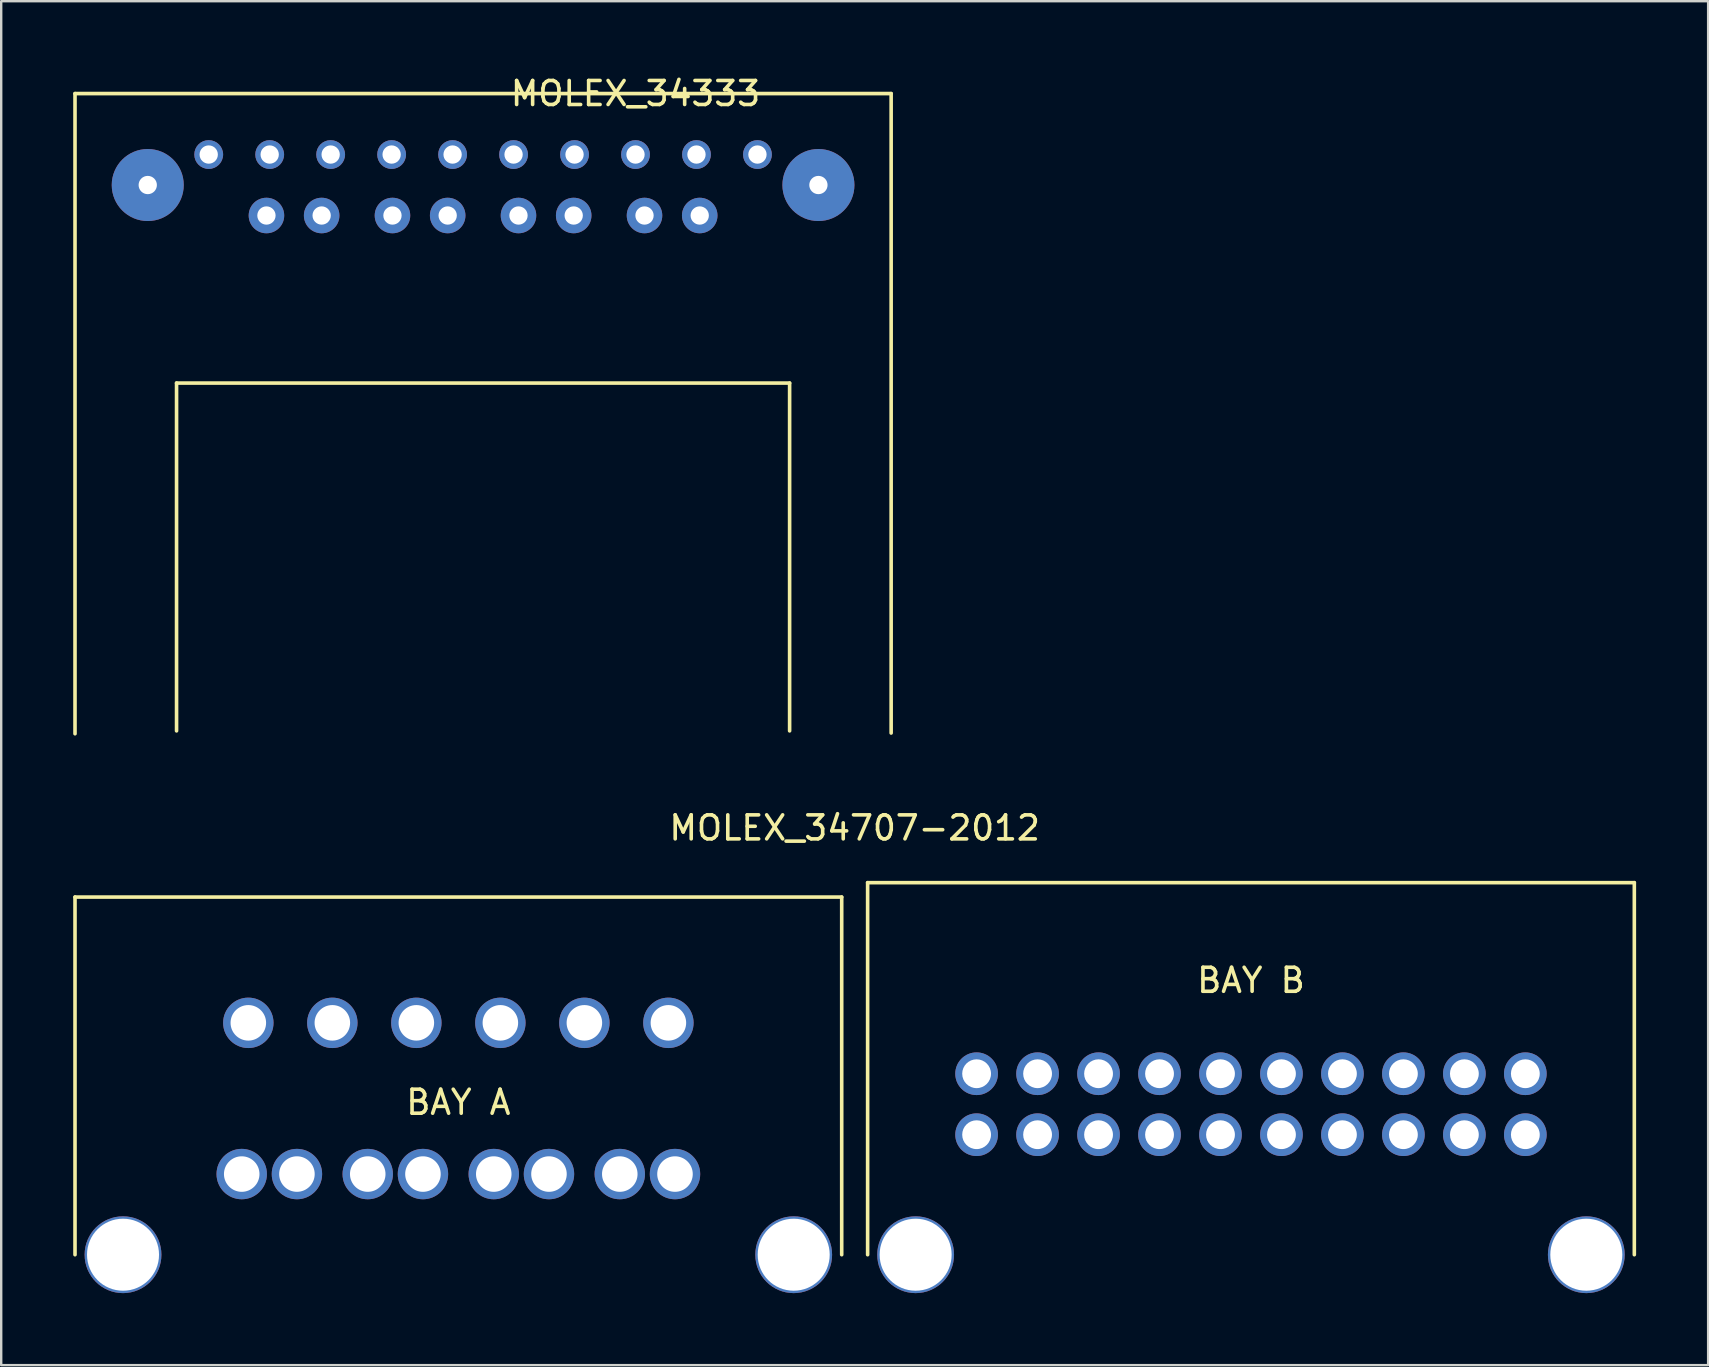
<source format=kicad_pcb>
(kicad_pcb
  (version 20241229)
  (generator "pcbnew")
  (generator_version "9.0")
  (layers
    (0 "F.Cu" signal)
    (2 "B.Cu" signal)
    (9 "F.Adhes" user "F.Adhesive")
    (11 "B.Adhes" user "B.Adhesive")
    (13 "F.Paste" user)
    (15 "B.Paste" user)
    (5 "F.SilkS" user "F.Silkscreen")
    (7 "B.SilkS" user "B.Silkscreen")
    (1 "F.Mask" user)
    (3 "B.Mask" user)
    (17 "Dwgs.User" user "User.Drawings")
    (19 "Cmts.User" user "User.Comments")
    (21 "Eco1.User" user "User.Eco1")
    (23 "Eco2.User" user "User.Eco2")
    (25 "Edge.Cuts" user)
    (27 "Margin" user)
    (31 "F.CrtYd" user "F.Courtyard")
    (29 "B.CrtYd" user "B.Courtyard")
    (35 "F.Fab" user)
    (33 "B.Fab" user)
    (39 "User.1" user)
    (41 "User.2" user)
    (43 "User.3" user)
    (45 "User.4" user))
  (footprint "MOLEX_34707-2012"
    (layer "F.Cu")
    (at 2.075 49.221)
    (property "Reference" "MOLEX_34707-2012" (at 30.48 -17.78 0) (layer "F.SilkS") (effects (font (size 1 1) (thickness 0.15))))
    (attr through_hole)
    (fp_line (start -2 -14.9) (end 29.94 -14.9) (stroke (width 0.15) (type solid)) (layer "F.SilkS"))
    (fp_line (start -2 0) (end -2 -14.9) (stroke (width 0.15) (type solid)) (layer "F.SilkS"))
    (fp_line (start 29.94 0) (end 29.94 -14.9) (stroke (width 0.15) (type solid)) (layer "F.SilkS"))
    (fp_line (start 31.02 -15.5) (end 62.96 -15.5) (stroke (width 0.15) (type solid)) (layer "F.SilkS"))
    (fp_line (start 31.02 0) (end 31.02 -15.5) (stroke (width 0.15) (type solid)) (layer "F.SilkS"))
    (fp_line (start 62.96 -15.5) (end 62.96 0) (stroke (width 0.15) (type solid)) (layer "F.SilkS"))
    (fp_text user "BAY A" (at 13.97 -6.35 0) (layer "F.SilkS") (effects (font (size 1 1) (thickness 0.15))))
    (fp_text user "BAY B" (at 46.99 -11.43 0) (layer "F.SilkS") (effects (font (size 1 1) (thickness 0.15))))
    (pad "" np_thru_hole circle (at 0 0) (size 3.2 3.2) (drill 3) (layers "*.Cu" "*.Mask"))
    (pad "" np_thru_hole circle (at 27.94 0) (size 3.2 3.2) (drill 3) (layers "*.Cu" "*.Mask"))
    (pad "" np_thru_hole circle (at 33.02 0) (size 3.2 3.2) (drill 3) (layers "*.Cu" "*.Mask"))
    (pad "" np_thru_hole circle (at 60.96 0) (size 3.2 3.2) (drill 3) (layers "*.Cu" "*.Mask"))
    (pad "1" thru_hole circle (at 5.22 -9.66) (size 2.1 2.1) (drill 1.48) (layers "*.Cu" "*.Mask"))
    (pad "2" thru_hole circle (at 8.72 -9.66) (size 2.1 2.1) (drill 1.48) (layers "*.Cu" "*.Mask"))
    (pad "3" thru_hole circle (at 12.22 -9.66) (size 2.1 2.1) (drill 1.48) (layers "*.Cu" "*.Mask"))
    (pad "4" thru_hole circle (at 15.72 -9.66) (size 2.1 2.1) (drill 1.48) (layers "*.Cu" "*.Mask"))
    (pad "5" thru_hole circle (at 19.22 -9.66) (size 2.1 2.1) (drill 1.48) (layers "*.Cu" "*.Mask"))
    (pad "6" thru_hole circle (at 22.72 -9.66) (size 2.1 2.1) (drill 1.48) (layers "*.Cu" "*.Mask"))
    (pad "7" thru_hole circle (at 4.945 -3.36) (size 2.1 2.1) (drill 1.48) (layers "*.Cu" "*.Mask"))
    (pad "7" thru_hole circle (at 7.245 -3.36) (size 2.1 2.1) (drill 1.48) (layers "*.Cu" "*.Mask"))
    (pad "8" thru_hole circle (at 10.195 -3.36) (size 2.1 2.1) (drill 1.48) (layers "*.Cu" "*.Mask"))
    (pad "8" thru_hole circle (at 12.495 -3.36) (size 2.1 2.1) (drill 1.48) (layers "*.Cu" "*.Mask"))
    (pad "9" thru_hole circle (at 15.445 -3.36) (size 2.1 2.1) (drill 1.48) (layers "*.Cu" "*.Mask"))
    (pad "9" thru_hole circle (at 17.745 -3.36) (size 2.1 2.1) (drill 1.48) (layers "*.Cu" "*.Mask"))
    (pad "10" thru_hole circle (at 20.695 -3.36) (size 2.1 2.1) (drill 1.48) (layers "*.Cu" "*.Mask"))
    (pad "10" thru_hole circle (at 22.995 -3.36) (size 2.1 2.1) (drill 1.48) (layers "*.Cu" "*.Mask"))
    (pad "11" thru_hole circle (at 35.56 -7.54) (size 1.778 1.778) (drill 1.2) (layers "*.Cu" "*.Mask"))
    (pad "12" thru_hole circle (at 38.1 -7.54) (size 1.778 1.778) (drill 1.2) (layers "*.Cu" "*.Mask"))
    (pad "13" thru_hole circle (at 40.64 -7.54) (size 1.778 1.778) (drill 1.2) (layers "*.Cu" "*.Mask"))
    (pad "14" thru_hole circle (at 43.18 -7.54) (size 1.778 1.778) (drill 1.2) (layers "*.Cu" "*.Mask"))
    (pad "15" thru_hole circle (at 45.72 -7.54) (size 1.778 1.778) (drill 1.2) (layers "*.Cu" "*.Mask"))
    (pad "16" thru_hole circle (at 48.26 -7.54) (size 1.778 1.778) (drill 1.2) (layers "*.Cu" "*.Mask"))
    (pad "17" thru_hole circle (at 50.8 -7.54) (size 1.778 1.778) (drill 1.2) (layers "*.Cu" "*.Mask"))
    (pad "18" thru_hole circle (at 53.34 -7.54) (size 1.778 1.778) (drill 1.2) (layers "*.Cu" "*.Mask"))
    (pad "19" thru_hole circle (at 55.88 -7.54) (size 1.778 1.778) (drill 1.2) (layers "*.Cu" "*.Mask"))
    (pad "20" thru_hole circle (at 58.42 -7.54) (size 1.778 1.778) (drill 1.2) (layers "*.Cu" "*.Mask"))
    (pad "21" thru_hole circle (at 35.56 -5) (size 1.778 1.778) (drill 1.2) (layers "*.Cu" "*.Mask"))
    (pad "22" thru_hole circle (at 38.1 -5) (size 1.778 1.778) (drill 1.2) (layers "*.Cu" "*.Mask"))
    (pad "23" thru_hole circle (at 40.64 -5) (size 1.778 1.778) (drill 1.2) (layers "*.Cu" "*.Mask"))
    (pad "24" thru_hole circle (at 43.18 -5) (size 1.778 1.778) (drill 1.2) (layers "*.Cu" "*.Mask"))
    (pad "25" thru_hole circle (at 45.72 -5) (size 1.778 1.778) (drill 1.2) (layers "*.Cu" "*.Mask"))
    (pad "26" thru_hole circle (at 48.26 -5) (size 1.778 1.778) (drill 1.2) (layers "*.Cu" "*.Mask"))
    (pad "27" thru_hole circle (at 50.8 -5) (size 1.778 1.778) (drill 1.2) (layers "*.Cu" "*.Mask"))
    (pad "28" thru_hole circle (at 53.34 -5) (size 1.778 1.778) (drill 1.2) (layers "*.Cu" "*.Mask"))
    (pad "29" thru_hole circle (at 55.88 -5) (size 1.778 1.778) (drill 1.2) (layers "*.Cu" "*.Mask"))
    (pad "30" thru_hole circle (at 58.42 -5) (size 1.778 1.778) (drill 1.2) (layers "*.Cu" "*.Mask")))
  (footprint "MOLEX_34333"
    (layer "F.Cu")
    (at 17.075 3.388)
    (property "Reference" "MOLEX_34333" (at 6.35 -2.54 0) (layer "F.SilkS") (effects (font (size 1 1) (thickness 0.15))))
    (attr through_hole)
    (fp_line (start -17 -2.54) (end -17 24.13) (stroke (width 0.15) (type solid)) (layer "F.SilkS"))
    (fp_line (start -17 -2.54) (end 17 -2.54) (stroke (width 0.15) (type solid)) (layer "F.SilkS"))
    (fp_line (start -12.77 9.52) (end -12.77 24.01) (stroke (width 0.15) (type solid)) (layer "F.SilkS"))
    (fp_line (start -12.77 9.52) (end 12.77 9.52) (stroke (width 0.15) (type solid)) (layer "F.SilkS"))
    (fp_line (start 12.77 9.52) (end 12.77 24.01) (stroke (width 0.15) (type solid)) (layer "F.SilkS"))
    (fp_line (start 17 -2.54) (end 17 24.1) (stroke (width 0.15) (type solid)) (layer "F.SilkS"))
    (pad "" np_thru_hole circle (at -13.97 1.27) (size 3 3) (drill 0.762) (layers "*.Cu" "*.Mask"))
    (pad "" np_thru_hole circle (at 13.97 1.27) (size 3 3) (drill 0.762) (layers "*.Cu" "*.Mask"))
    (pad "1" thru_hole circle (at -11.43 0) (size 1.2 1.2) (drill 0.762) (layers "*.Cu" "*.Mask"))
    (pad "2" thru_hole circle (at -8.89 0) (size 1.2 1.2) (drill 0.762) (layers "*.Cu" "*.Mask"))
    (pad "3" thru_hole circle (at -6.35 0) (size 1.2 1.2) (drill 0.762) (layers "*.Cu" "*.Mask"))
    (pad "4" thru_hole circle (at -3.81 0) (size 1.2 1.2) (drill 0.762) (layers "*.Cu" "*.Mask"))
    (pad "5" thru_hole circle (at -1.27 0) (size 1.2 1.2) (drill 0.762) (layers "*.Cu" "*.Mask"))
    (pad "6" thru_hole circle (at 1.27 0) (size 1.2 1.2) (drill 0.762) (layers "*.Cu" "*.Mask"))
    (pad "7" thru_hole circle (at 3.81 0) (size 1.2 1.2) (drill 0.762) (layers "*.Cu" "*.Mask"))
    (pad "8" thru_hole circle (at 6.35 0) (size 1.2 1.2) (drill 0.762) (layers "*.Cu" "*.Mask"))
    (pad "9" thru_hole circle (at 8.89 0) (size 1.2 1.2) (drill 0.762) (layers "*.Cu" "*.Mask"))
    (pad "10" thru_hole circle (at 11.43 0) (size 1.2 1.2) (drill 0.762) (layers "*.Cu" "*.Mask"))
    (pad "11" thru_hole circle (at -9.025 2.54) (size 1.48 1.48) (drill 0.762) (layers "*.Cu" "*.Mask"))
    (pad "11" thru_hole circle (at -6.725 2.54) (size 1.48 1.48) (drill 0.762) (layers "*.Cu" "*.Mask"))
    (pad "12" thru_hole circle (at -3.775 2.54) (size 1.48 1.48) (drill 0.762) (layers "*.Cu" "*.Mask"))
    (pad "12" thru_hole circle (at -1.475 2.54) (size 1.48 1.48) (drill 0.762) (layers "*.Cu" "*.Mask"))
    (pad "13" thru_hole circle (at 1.475 2.54) (size 1.48 1.48) (drill 0.762) (layers "*.Cu" "*.Mask"))
    (pad "13" thru_hole circle (at 3.775 2.54) (size 1.48 1.48) (drill 0.762) (layers "*.Cu" "*.Mask"))
    (pad "14" thru_hole circle (at 6.725 2.54) (size 1.48 1.48) (drill 0.762) (layers "*.Cu" "*.Mask"))
    (pad "14" thru_hole circle (at 9.025 2.54) (size 1.48 1.48) (drill 0.762) (layers "*.Cu" "*.Mask")))
  (gr_rect
    (start -3 -3)
    (end 68.11 53.822)
    (stroke (width 0.1) (type default))
    (fill no)
    (layer "Edge.Cuts")))
</source>
